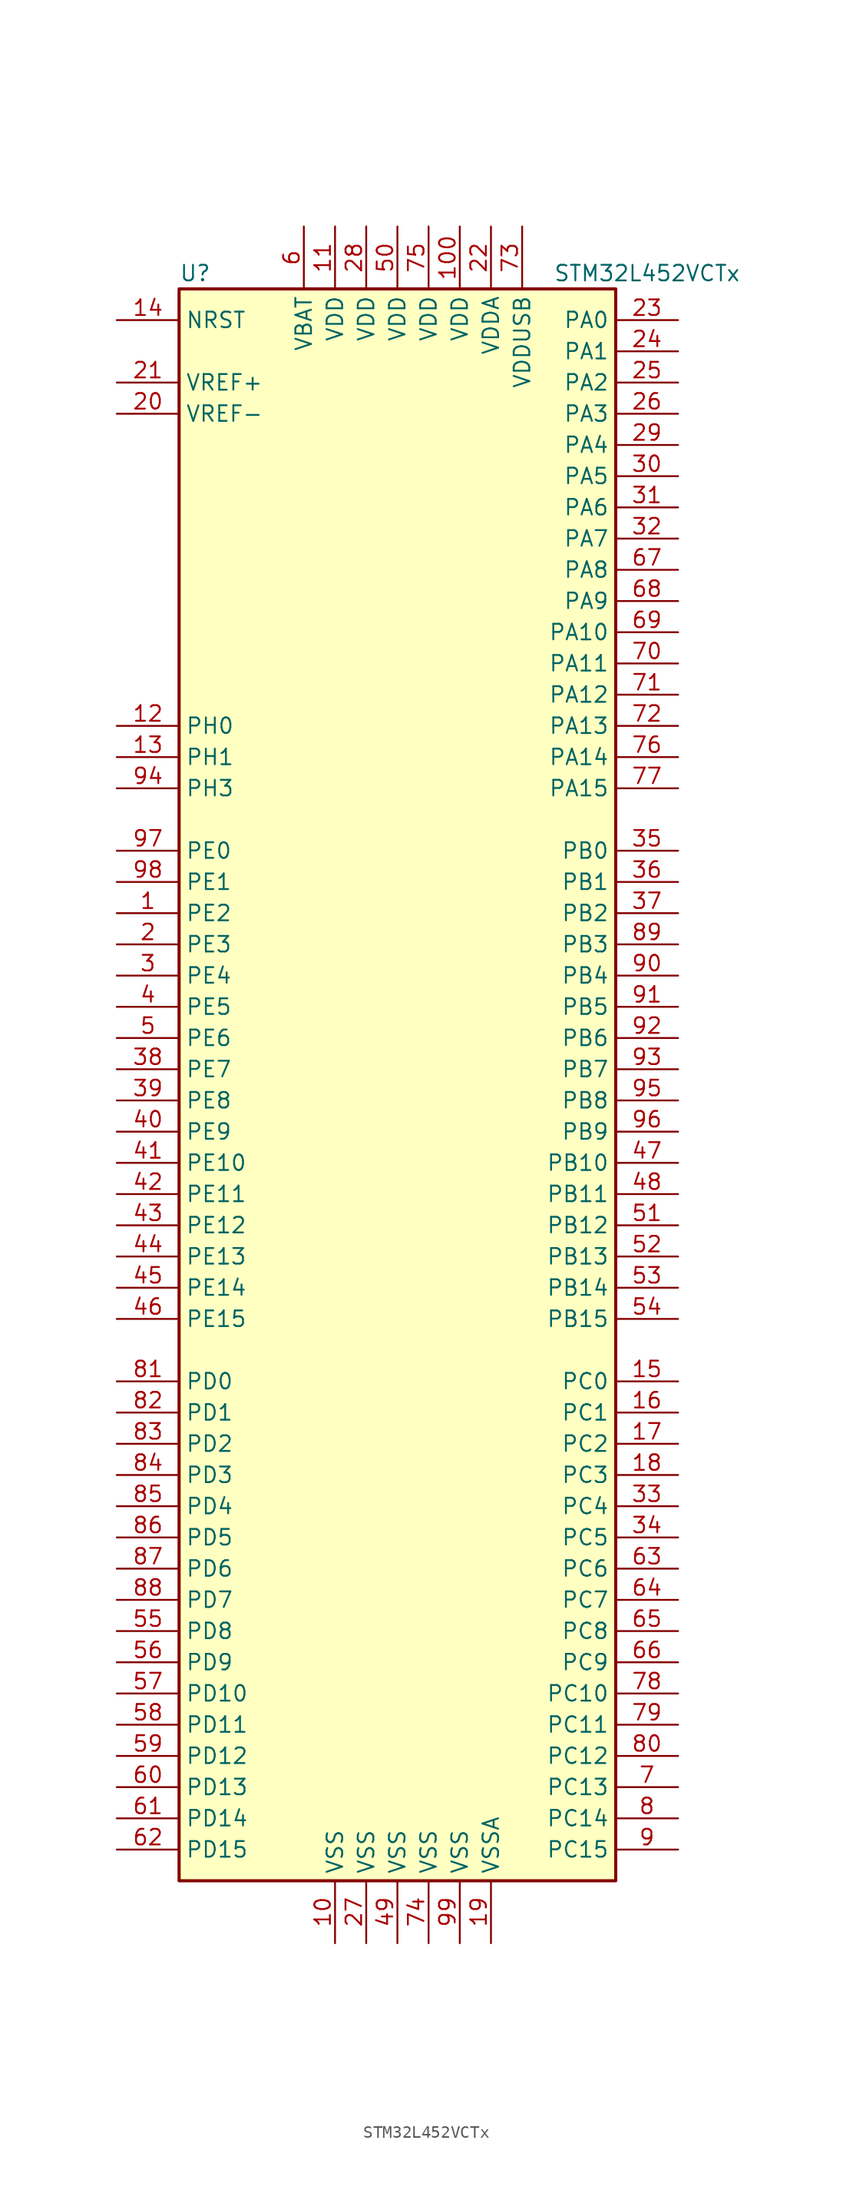
<source format=kicad_sym>
(kicad_symbol_lib
  (version 20211014)
  (generator kicad_symbol_editor)
  (symbol "STM32L452VCTx"
    (property "Reference" "U"
      (at -17.78 64.77 0)
      (effects (font (size 1.27 1.27)) (justify left)))
    (property "Value" "STM32L452VCTx"
      (at 12.7 64.77 0)
      (effects (font (size 1.27 1.27)) (justify left)))
    (symbol "STM32L452VCTx_0_1"
      (rectangle (start -17.78 -66.04) (end 17.78 63.5) (stroke (width 0.254) (type default) (color 0 0 0 0)) (fill (type background))))
    (symbol "STM32L452VCTx_1_1"
      (pin bidirectional line (at -22.86 12.7 0) (length 5.08) (name "PE2" (effects (font (size 1.27 1.27)))) (number "1" (effects (font (size 1.27 1.27)))))
      (pin power_in line (at -5.08 -71.12 90) (length 5.08) (name "VSS" (effects (font (size 1.27 1.27)))) (number "10" (effects (font (size 1.27 1.27)))))
      (pin power_in line (at 5.08 68.58 270) (length 5.08) (name "VDD" (effects (font (size 1.27 1.27)))) (number "100" (effects (font (size 1.27 1.27)))))
      (pin power_in line (at -5.08 68.58 270) (length 5.08) (name "VDD" (effects (font (size 1.27 1.27)))) (number "11" (effects (font (size 1.27 1.27)))))
      (pin input line (at -22.86 27.94 0) (length 5.08) (name "PH0" (effects (font (size 1.27 1.27)))) (number "12" (effects (font (size 1.27 1.27)))))
      (pin input line (at -22.86 25.4 0) (length 5.08) (name "PH1" (effects (font (size 1.27 1.27)))) (number "13" (effects (font (size 1.27 1.27)))))
      (pin input line (at -22.86 60.96 0) (length 5.08) (name "NRST" (effects (font (size 1.27 1.27)))) (number "14" (effects (font (size 1.27 1.27)))))
      (pin bidirectional line (at 22.86 -25.4 180) (length 5.08) (name "PC0" (effects (font (size 1.27 1.27)))) (number "15" (effects (font (size 1.27 1.27)))))
      (pin bidirectional line (at 22.86 -27.94 180) (length 5.08) (name "PC1" (effects (font (size 1.27 1.27)))) (number "16" (effects (font (size 1.27 1.27)))))
      (pin bidirectional line (at 22.86 -30.48 180) (length 5.08) (name "PC2" (effects (font (size 1.27 1.27)))) (number "17" (effects (font (size 1.27 1.27)))))
      (pin bidirectional line (at 22.86 -33.02 180) (length 5.08) (name "PC3" (effects (font (size 1.27 1.27)))) (number "18" (effects (font (size 1.27 1.27)))))
      (pin power_in line (at 7.62 -71.12 90) (length 5.08) (name "VSSA" (effects (font (size 1.27 1.27)))) (number "19" (effects (font (size 1.27 1.27)))))
      (pin bidirectional line (at -22.86 10.16 0) (length 5.08) (name "PE3" (effects (font (size 1.27 1.27)))) (number "2" (effects (font (size 1.27 1.27)))))
      (pin power_in line (at -22.86 53.34 0) (length 5.08) (name "VREF-" (effects (font (size 1.27 1.27)))) (number "20" (effects (font (size 1.27 1.27)))))
      (pin bidirectional line (at -22.86 55.88 0) (length 5.08) (name "VREF+" (effects (font (size 1.27 1.27)))) (number "21" (effects (font (size 1.27 1.27)))))
      (pin power_in line (at 7.62 68.58 270) (length 5.08) (name "VDDA" (effects (font (size 1.27 1.27)))) (number "22" (effects (font (size 1.27 1.27)))))
      (pin bidirectional line (at 22.86 60.96 180) (length 5.08) (name "PA0" (effects (font (size 1.27 1.27)))) (number "23" (effects (font (size 1.27 1.27)))))
      (pin bidirectional line (at 22.86 58.42 180) (length 5.08) (name "PA1" (effects (font (size 1.27 1.27)))) (number "24" (effects (font (size 1.27 1.27)))))
      (pin bidirectional line (at 22.86 55.88 180) (length 5.08) (name "PA2" (effects (font (size 1.27 1.27)))) (number "25" (effects (font (size 1.27 1.27)))))
      (pin bidirectional line (at 22.86 53.34 180) (length 5.08) (name "PA3" (effects (font (size 1.27 1.27)))) (number "26" (effects (font (size 1.27 1.27)))))
      (pin power_in line (at -2.54 -71.12 90) (length 5.08) (name "VSS" (effects (font (size 1.27 1.27)))) (number "27" (effects (font (size 1.27 1.27)))))
      (pin power_in line (at -2.54 68.58 270) (length 5.08) (name "VDD" (effects (font (size 1.27 1.27)))) (number "28" (effects (font (size 1.27 1.27)))))
      (pin bidirectional line (at 22.86 50.8 180) (length 5.08) (name "PA4" (effects (font (size 1.27 1.27)))) (number "29" (effects (font (size 1.27 1.27)))))
      (pin bidirectional line (at -22.86 7.62 0) (length 5.08) (name "PE4" (effects (font (size 1.27 1.27)))) (number "3" (effects (font (size 1.27 1.27)))))
      (pin bidirectional line (at 22.86 48.26 180) (length 5.08) (name "PA5" (effects (font (size 1.27 1.27)))) (number "30" (effects (font (size 1.27 1.27)))))
      (pin bidirectional line (at 22.86 45.72 180) (length 5.08) (name "PA6" (effects (font (size 1.27 1.27)))) (number "31" (effects (font (size 1.27 1.27)))))
      (pin bidirectional line (at 22.86 43.18 180) (length 5.08) (name "PA7" (effects (font (size 1.27 1.27)))) (number "32" (effects (font (size 1.27 1.27)))))
      (pin bidirectional line (at 22.86 -35.56 180) (length 5.08) (name "PC4" (effects (font (size 1.27 1.27)))) (number "33" (effects (font (size 1.27 1.27)))))
      (pin bidirectional line (at 22.86 -38.1 180) (length 5.08) (name "PC5" (effects (font (size 1.27 1.27)))) (number "34" (effects (font (size 1.27 1.27)))))
      (pin bidirectional line (at 22.86 17.78 180) (length 5.08) (name "PB0" (effects (font (size 1.27 1.27)))) (number "35" (effects (font (size 1.27 1.27)))))
      (pin bidirectional line (at 22.86 15.24 180) (length 5.08) (name "PB1" (effects (font (size 1.27 1.27)))) (number "36" (effects (font (size 1.27 1.27)))))
      (pin bidirectional line (at 22.86 12.7 180) (length 5.08) (name "PB2" (effects (font (size 1.27 1.27)))) (number "37" (effects (font (size 1.27 1.27)))))
      (pin bidirectional line (at -22.86 0 0) (length 5.08) (name "PE7" (effects (font (size 1.27 1.27)))) (number "38" (effects (font (size 1.27 1.27)))))
      (pin bidirectional line (at -22.86 -2.54 0) (length 5.08) (name "PE8" (effects (font (size 1.27 1.27)))) (number "39" (effects (font (size 1.27 1.27)))))
      (pin bidirectional line (at -22.86 5.08 0) (length 5.08) (name "PE5" (effects (font (size 1.27 1.27)))) (number "4" (effects (font (size 1.27 1.27)))))
      (pin bidirectional line (at -22.86 -5.08 0) (length 5.08) (name "PE9" (effects (font (size 1.27 1.27)))) (number "40" (effects (font (size 1.27 1.27)))))
      (pin bidirectional line (at -22.86 -7.62 0) (length 5.08) (name "PE10" (effects (font (size 1.27 1.27)))) (number "41" (effects (font (size 1.27 1.27)))))
      (pin bidirectional line (at -22.86 -10.16 0) (length 5.08) (name "PE11" (effects (font (size 1.27 1.27)))) (number "42" (effects (font (size 1.27 1.27)))))
      (pin bidirectional line (at -22.86 -12.7 0) (length 5.08) (name "PE12" (effects (font (size 1.27 1.27)))) (number "43" (effects (font (size 1.27 1.27)))))
      (pin bidirectional line (at -22.86 -15.24 0) (length 5.08) (name "PE13" (effects (font (size 1.27 1.27)))) (number "44" (effects (font (size 1.27 1.27)))))
      (pin bidirectional line (at -22.86 -17.78 0) (length 5.08) (name "PE14" (effects (font (size 1.27 1.27)))) (number "45" (effects (font (size 1.27 1.27)))))
      (pin bidirectional line (at -22.86 -20.32 0) (length 5.08) (name "PE15" (effects (font (size 1.27 1.27)))) (number "46" (effects (font (size 1.27 1.27)))))
      (pin bidirectional line (at 22.86 -7.62 180) (length 5.08) (name "PB10" (effects (font (size 1.27 1.27)))) (number "47" (effects (font (size 1.27 1.27)))))
      (pin bidirectional line (at 22.86 -10.16 180) (length 5.08) (name "PB11" (effects (font (size 1.27 1.27)))) (number "48" (effects (font (size 1.27 1.27)))))
      (pin power_in line (at 0 -71.12 90) (length 5.08) (name "VSS" (effects (font (size 1.27 1.27)))) (number "49" (effects (font (size 1.27 1.27)))))
      (pin bidirectional line (at -22.86 2.54 0) (length 5.08) (name "PE6" (effects (font (size 1.27 1.27)))) (number "5" (effects (font (size 1.27 1.27)))))
      (pin power_in line (at 0 68.58 270) (length 5.08) (name "VDD" (effects (font (size 1.27 1.27)))) (number "50" (effects (font (size 1.27 1.27)))))
      (pin bidirectional line (at 22.86 -12.7 180) (length 5.08) (name "PB12" (effects (font (size 1.27 1.27)))) (number "51" (effects (font (size 1.27 1.27)))))
      (pin bidirectional line (at 22.86 -15.24 180) (length 5.08) (name "PB13" (effects (font (size 1.27 1.27)))) (number "52" (effects (font (size 1.27 1.27)))))
      (pin bidirectional line (at 22.86 -17.78 180) (length 5.08) (name "PB14" (effects (font (size 1.27 1.27)))) (number "53" (effects (font (size 1.27 1.27)))))
      (pin bidirectional line (at 22.86 -20.32 180) (length 5.08) (name "PB15" (effects (font (size 1.27 1.27)))) (number "54" (effects (font (size 1.27 1.27)))))
      (pin bidirectional line (at -22.86 -45.72 0) (length 5.08) (name "PD8" (effects (font (size 1.27 1.27)))) (number "55" (effects (font (size 1.27 1.27)))))
      (pin bidirectional line (at -22.86 -48.26 0) (length 5.08) (name "PD9" (effects (font (size 1.27 1.27)))) (number "56" (effects (font (size 1.27 1.27)))))
      (pin bidirectional line (at -22.86 -50.8 0) (length 5.08) (name "PD10" (effects (font (size 1.27 1.27)))) (number "57" (effects (font (size 1.27 1.27)))))
      (pin bidirectional line (at -22.86 -53.34 0) (length 5.08) (name "PD11" (effects (font (size 1.27 1.27)))) (number "58" (effects (font (size 1.27 1.27)))))
      (pin bidirectional line (at -22.86 -55.88 0) (length 5.08) (name "PD12" (effects (font (size 1.27 1.27)))) (number "59" (effects (font (size 1.27 1.27)))))
      (pin power_in line (at -7.62 68.58 270) (length 5.08) (name "VBAT" (effects (font (size 1.27 1.27)))) (number "6" (effects (font (size 1.27 1.27)))))
      (pin bidirectional line (at -22.86 -58.42 0) (length 5.08) (name "PD13" (effects (font (size 1.27 1.27)))) (number "60" (effects (font (size 1.27 1.27)))))
      (pin bidirectional line (at -22.86 -60.96 0) (length 5.08) (name "PD14" (effects (font (size 1.27 1.27)))) (number "61" (effects (font (size 1.27 1.27)))))
      (pin bidirectional line (at -22.86 -63.5 0) (length 5.08) (name "PD15" (effects (font (size 1.27 1.27)))) (number "62" (effects (font (size 1.27 1.27)))))
      (pin bidirectional line (at 22.86 -40.64 180) (length 5.08) (name "PC6" (effects (font (size 1.27 1.27)))) (number "63" (effects (font (size 1.27 1.27)))))
      (pin bidirectional line (at 22.86 -43.18 180) (length 5.08) (name "PC7" (effects (font (size 1.27 1.27)))) (number "64" (effects (font (size 1.27 1.27)))))
      (pin bidirectional line (at 22.86 -45.72 180) (length 5.08) (name "PC8" (effects (font (size 1.27 1.27)))) (number "65" (effects (font (size 1.27 1.27)))))
      (pin bidirectional line (at 22.86 -48.26 180) (length 5.08) (name "PC9" (effects (font (size 1.27 1.27)))) (number "66" (effects (font (size 1.27 1.27)))))
      (pin bidirectional line (at 22.86 40.64 180) (length 5.08) (name "PA8" (effects (font (size 1.27 1.27)))) (number "67" (effects (font (size 1.27 1.27)))))
      (pin bidirectional line (at 22.86 38.1 180) (length 5.08) (name "PA9" (effects (font (size 1.27 1.27)))) (number "68" (effects (font (size 1.27 1.27)))))
      (pin bidirectional line (at 22.86 35.56 180) (length 5.08) (name "PA10" (effects (font (size 1.27 1.27)))) (number "69" (effects (font (size 1.27 1.27)))))
      (pin bidirectional line (at 22.86 -58.42 180) (length 5.08) (name "PC13" (effects (font (size 1.27 1.27)))) (number "7" (effects (font (size 1.27 1.27)))))
      (pin bidirectional line (at 22.86 33.02 180) (length 5.08) (name "PA11" (effects (font (size 1.27 1.27)))) (number "70" (effects (font (size 1.27 1.27)))))
      (pin bidirectional line (at 22.86 30.48 180) (length 5.08) (name "PA12" (effects (font (size 1.27 1.27)))) (number "71" (effects (font (size 1.27 1.27)))))
      (pin bidirectional line (at 22.86 27.94 180) (length 5.08) (name "PA13" (effects (font (size 1.27 1.27)))) (number "72" (effects (font (size 1.27 1.27)))))
      (pin power_in line (at 10.16 68.58 270) (length 5.08) (name "VDDUSB" (effects (font (size 1.27 1.27)))) (number "73" (effects (font (size 1.27 1.27)))))
      (pin power_in line (at 2.54 -71.12 90) (length 5.08) (name "VSS" (effects (font (size 1.27 1.27)))) (number "74" (effects (font (size 1.27 1.27)))))
      (pin power_in line (at 2.54 68.58 270) (length 5.08) (name "VDD" (effects (font (size 1.27 1.27)))) (number "75" (effects (font (size 1.27 1.27)))))
      (pin bidirectional line (at 22.86 25.4 180) (length 5.08) (name "PA14" (effects (font (size 1.27 1.27)))) (number "76" (effects (font (size 1.27 1.27)))))
      (pin bidirectional line (at 22.86 22.86 180) (length 5.08) (name "PA15" (effects (font (size 1.27 1.27)))) (number "77" (effects (font (size 1.27 1.27)))))
      (pin bidirectional line (at 22.86 -50.8 180) (length 5.08) (name "PC10" (effects (font (size 1.27 1.27)))) (number "78" (effects (font (size 1.27 1.27)))))
      (pin bidirectional line (at 22.86 -53.34 180) (length 5.08) (name "PC11" (effects (font (size 1.27 1.27)))) (number "79" (effects (font (size 1.27 1.27)))))
      (pin bidirectional line (at 22.86 -60.96 180) (length 5.08) (name "PC14" (effects (font (size 1.27 1.27)))) (number "8" (effects (font (size 1.27 1.27)))))
      (pin bidirectional line (at 22.86 -55.88 180) (length 5.08) (name "PC12" (effects (font (size 1.27 1.27)))) (number "80" (effects (font (size 1.27 1.27)))))
      (pin bidirectional line (at -22.86 -25.4 0) (length 5.08) (name "PD0" (effects (font (size 1.27 1.27)))) (number "81" (effects (font (size 1.27 1.27)))))
      (pin bidirectional line (at -22.86 -27.94 0) (length 5.08) (name "PD1" (effects (font (size 1.27 1.27)))) (number "82" (effects (font (size 1.27 1.27)))))
      (pin bidirectional line (at -22.86 -30.48 0) (length 5.08) (name "PD2" (effects (font (size 1.27 1.27)))) (number "83" (effects (font (size 1.27 1.27)))))
      (pin bidirectional line (at -22.86 -33.02 0) (length 5.08) (name "PD3" (effects (font (size 1.27 1.27)))) (number "84" (effects (font (size 1.27 1.27)))))
      (pin bidirectional line (at -22.86 -35.56 0) (length 5.08) (name "PD4" (effects (font (size 1.27 1.27)))) (number "85" (effects (font (size 1.27 1.27)))))
      (pin bidirectional line (at -22.86 -38.1 0) (length 5.08) (name "PD5" (effects (font (size 1.27 1.27)))) (number "86" (effects (font (size 1.27 1.27)))))
      (pin bidirectional line (at -22.86 -40.64 0) (length 5.08) (name "PD6" (effects (font (size 1.27 1.27)))) (number "87" (effects (font (size 1.27 1.27)))))
      (pin bidirectional line (at -22.86 -43.18 0) (length 5.08) (name "PD7" (effects (font (size 1.27 1.27)))) (number "88" (effects (font (size 1.27 1.27)))))
      (pin bidirectional line (at 22.86 10.16 180) (length 5.08) (name "PB3" (effects (font (size 1.27 1.27)))) (number "89" (effects (font (size 1.27 1.27)))))
      (pin bidirectional line (at 22.86 -63.5 180) (length 5.08) (name "PC15" (effects (font (size 1.27 1.27)))) (number "9" (effects (font (size 1.27 1.27)))))
      (pin bidirectional line (at 22.86 7.62 180) (length 5.08) (name "PB4" (effects (font (size 1.27 1.27)))) (number "90" (effects (font (size 1.27 1.27)))))
      (pin bidirectional line (at 22.86 5.08 180) (length 5.08) (name "PB5" (effects (font (size 1.27 1.27)))) (number "91" (effects (font (size 1.27 1.27)))))
      (pin bidirectional line (at 22.86 2.54 180) (length 5.08) (name "PB6" (effects (font (size 1.27 1.27)))) (number "92" (effects (font (size 1.27 1.27)))))
      (pin bidirectional line (at 22.86 0 180) (length 5.08) (name "PB7" (effects (font (size 1.27 1.27)))) (number "93" (effects (font (size 1.27 1.27)))))
      (pin bidirectional line (at -22.86 22.86 0) (length 5.08) (name "PH3" (effects (font (size 1.27 1.27)))) (number "94" (effects (font (size 1.27 1.27)))))
      (pin bidirectional line (at 22.86 -2.54 180) (length 5.08) (name "PB8" (effects (font (size 1.27 1.27)))) (number "95" (effects (font (size 1.27 1.27)))))
      (pin bidirectional line (at 22.86 -5.08 180) (length 5.08) (name "PB9" (effects (font (size 1.27 1.27)))) (number "96" (effects (font (size 1.27 1.27)))))
      (pin bidirectional line (at -22.86 17.78 0) (length 5.08) (name "PE0" (effects (font (size 1.27 1.27)))) (number "97" (effects (font (size 1.27 1.27)))))
      (pin bidirectional line (at -22.86 15.24 0) (length 5.08) (name "PE1" (effects (font (size 1.27 1.27)))) (number "98" (effects (font (size 1.27 1.27)))))
      (pin power_in line (at 5.08 -71.12 90) (length 5.08) (name "VSS" (effects (font (size 1.27 1.27)))) (number "99" (effects (font (size 1.27 1.27))))))))
</source>
